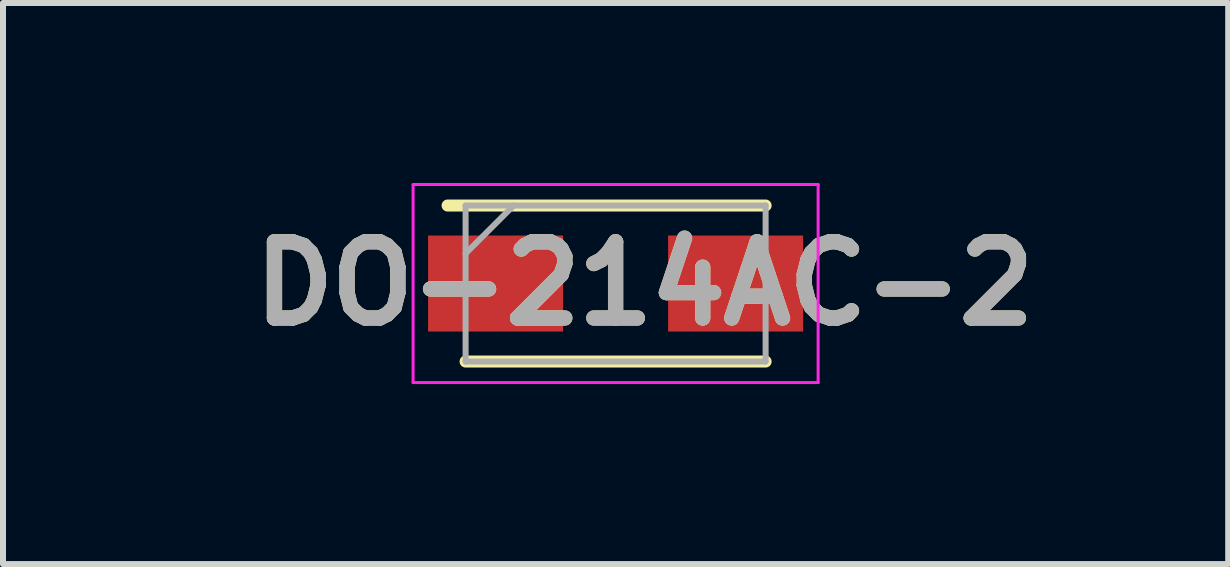
<source format=kicad_pcb>
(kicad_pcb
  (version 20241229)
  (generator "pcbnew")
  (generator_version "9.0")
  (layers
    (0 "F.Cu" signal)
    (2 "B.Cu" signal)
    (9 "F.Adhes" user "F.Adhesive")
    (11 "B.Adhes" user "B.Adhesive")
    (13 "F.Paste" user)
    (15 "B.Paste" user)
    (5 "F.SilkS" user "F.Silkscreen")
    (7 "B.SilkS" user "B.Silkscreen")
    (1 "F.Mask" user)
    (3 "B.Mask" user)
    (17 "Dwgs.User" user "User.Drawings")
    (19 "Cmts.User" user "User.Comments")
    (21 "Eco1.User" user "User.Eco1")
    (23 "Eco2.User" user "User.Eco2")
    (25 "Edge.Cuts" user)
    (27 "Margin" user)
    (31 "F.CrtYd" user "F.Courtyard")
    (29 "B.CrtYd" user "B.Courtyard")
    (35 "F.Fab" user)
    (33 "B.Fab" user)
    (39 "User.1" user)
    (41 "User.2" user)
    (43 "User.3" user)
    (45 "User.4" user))
  (footprint " DO-214AC-2"
    (layer "F.Cu")
    (at 7.209 1.675)
    (property "Reference" " DO-214AC-2" (at 0 0 0) (layer "F.SilkS") (effects (font (size 1.27 1.27) (thickness 0.254))))
    (attr smd)
    (fp_line (start -2.5 1.3) (end 2.5 1.3) (stroke (width 0.2) (type solid)) (layer "F.SilkS"))
    (fp_line (start 2.5 -1.3) (end -2.8 -1.3) (stroke (width 0.2) (type solid)) (layer "F.SilkS"))
    (fp_line (start -3.375 -1.65) (end 3.375 -1.65) (stroke (width 0.05) (type solid)) (layer "F.CrtYd"))
    (fp_line (start -3.375 1.65) (end -3.375 -1.65) (stroke (width 0.05) (type solid)) (layer "F.CrtYd"))
    (fp_line (start 3.375 -1.65) (end 3.375 1.65) (stroke (width 0.05) (type solid)) (layer "F.CrtYd"))
    (fp_line (start 3.375 1.65) (end -3.375 1.65) (stroke (width 0.05) (type solid)) (layer "F.CrtYd"))
    (fp_line (start -2.5 -1.3) (end 2.5 -1.3) (stroke (width 0.1) (type solid)) (layer "F.Fab"))
    (fp_line (start -2.5 -0.5) (end -1.7 -1.3) (stroke (width 0.1) (type solid)) (layer "F.Fab"))
    (fp_line (start -2.5 1.3) (end -2.5 -1.3) (stroke (width 0.1) (type solid)) (layer "F.Fab"))
    (fp_line (start 2.5 -1.3) (end 2.5 1.3) (stroke (width 0.1) (type solid)) (layer "F.Fab"))
    (fp_line (start 2.5 1.3) (end -2.5 1.3) (stroke (width 0.1) (type solid)) (layer "F.Fab"))
    (fp_text user "${REFERENCE}" (at 0 0 0) (layer "F.Fab") (effects (font (size 1.27 1.27) (thickness 0.254))))
    (pad "1" smd rect (at -2 0 90) (size 1.6 2.25) (layers "F.Cu" "F.Mask" "F.Paste"))
    (pad "2" smd rect (at 2 0 90) (size 1.6 2.25) (layers "F.Cu" "F.Mask" "F.Paste")))
  (gr_rect
    (start -3 -3)
    (end 17.418 6.35)
    (stroke (width 0.1) (type default))
    (fill no)
    (layer "Edge.Cuts")))
</source>
